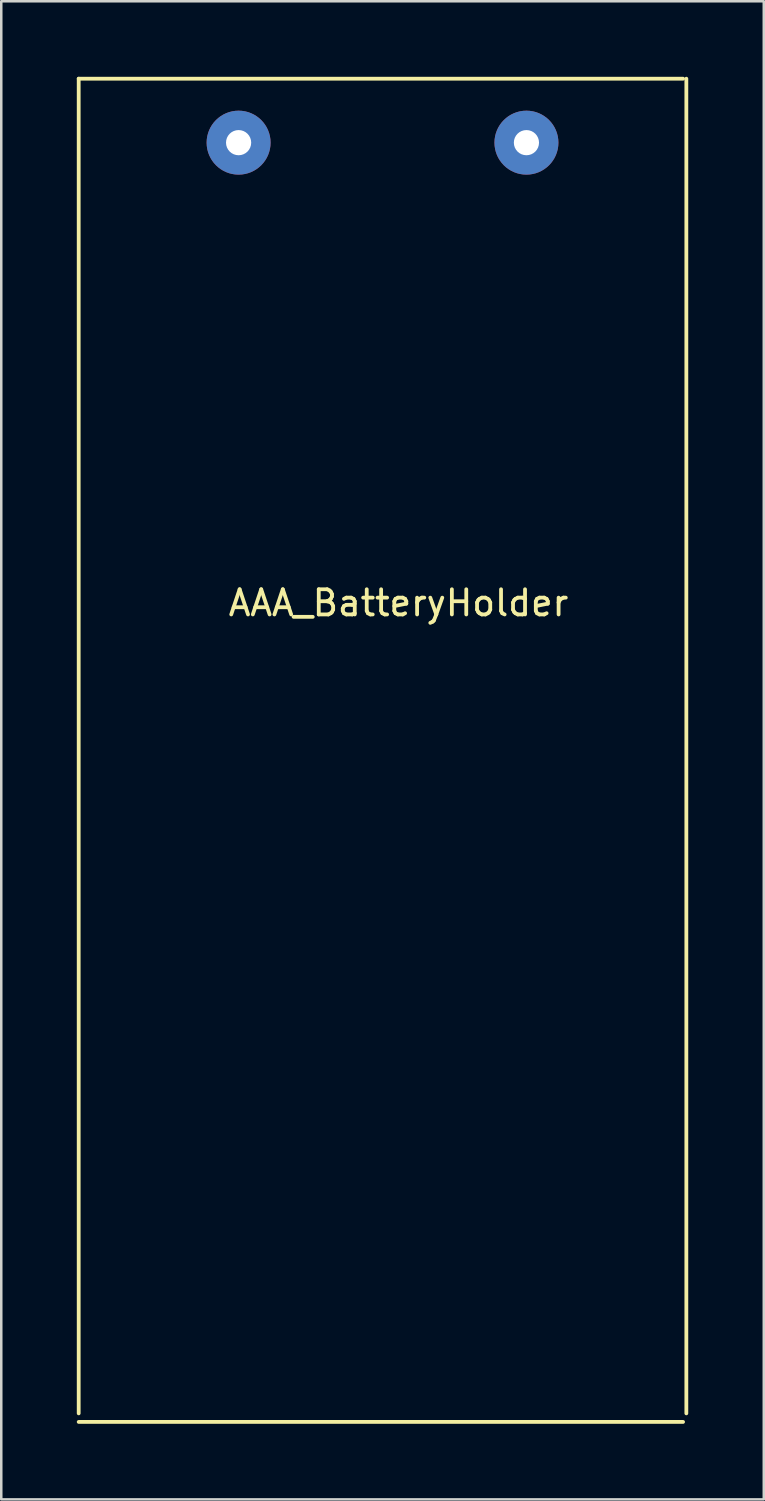
<source format=kicad_pcb>
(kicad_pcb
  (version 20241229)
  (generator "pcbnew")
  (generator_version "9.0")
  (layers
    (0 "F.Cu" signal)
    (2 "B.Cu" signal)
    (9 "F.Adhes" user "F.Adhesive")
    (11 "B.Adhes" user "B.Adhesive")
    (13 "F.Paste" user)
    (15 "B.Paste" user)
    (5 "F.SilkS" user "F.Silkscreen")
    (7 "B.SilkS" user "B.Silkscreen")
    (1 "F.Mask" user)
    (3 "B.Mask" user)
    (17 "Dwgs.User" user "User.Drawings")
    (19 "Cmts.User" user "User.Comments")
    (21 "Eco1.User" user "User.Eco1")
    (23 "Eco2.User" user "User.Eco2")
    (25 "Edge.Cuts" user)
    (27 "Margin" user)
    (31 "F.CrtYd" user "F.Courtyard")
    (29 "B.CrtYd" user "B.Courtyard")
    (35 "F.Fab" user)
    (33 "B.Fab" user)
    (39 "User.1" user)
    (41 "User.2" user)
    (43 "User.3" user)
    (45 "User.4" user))
  (footprint "AAA_BatteryHolder"
    (layer "F.Cu")
    (at 12.775 26.745)
    (property "Reference" "AAA_BatteryHolder" (at 0 -5.85 0) (layer "F.SilkS") (effects (font (size 1 1) (thickness 0.15))))
    (attr through_hole)
    (fp_line (start -12.7 -26.67) (end -12.7 26.33) (stroke (width 0.15) (type solid)) (layer "F.SilkS"))
    (fp_line (start -12.7 -26.67) (end 11.3 -26.67) (stroke (width 0.15) (type solid)) (layer "F.SilkS"))
    (fp_line (start -12.7 26.67) (end 11.3 26.67) (stroke (width 0.15) (type solid)) (layer "F.SilkS"))
    (fp_line (start 11.43 -26.67) (end 11.43 26.33) (stroke (width 0.15) (type solid)) (layer "F.SilkS"))
    (pad "1" thru_hole circle (at -6.35 -24.13) (size 2.54 2.54) (drill 1) (layers "*.Cu" "*.Mask"))
    (pad "2" thru_hole circle (at 5.08 -24.13) (size 2.54 2.54) (drill 1) (layers "*.Cu" "*.Mask")))
  (gr_rect
    (start -3 -3)
    (end 27.28 56.49)
    (stroke (width 0.1) (type default))
    (fill no)
    (layer "Edge.Cuts")))
</source>
